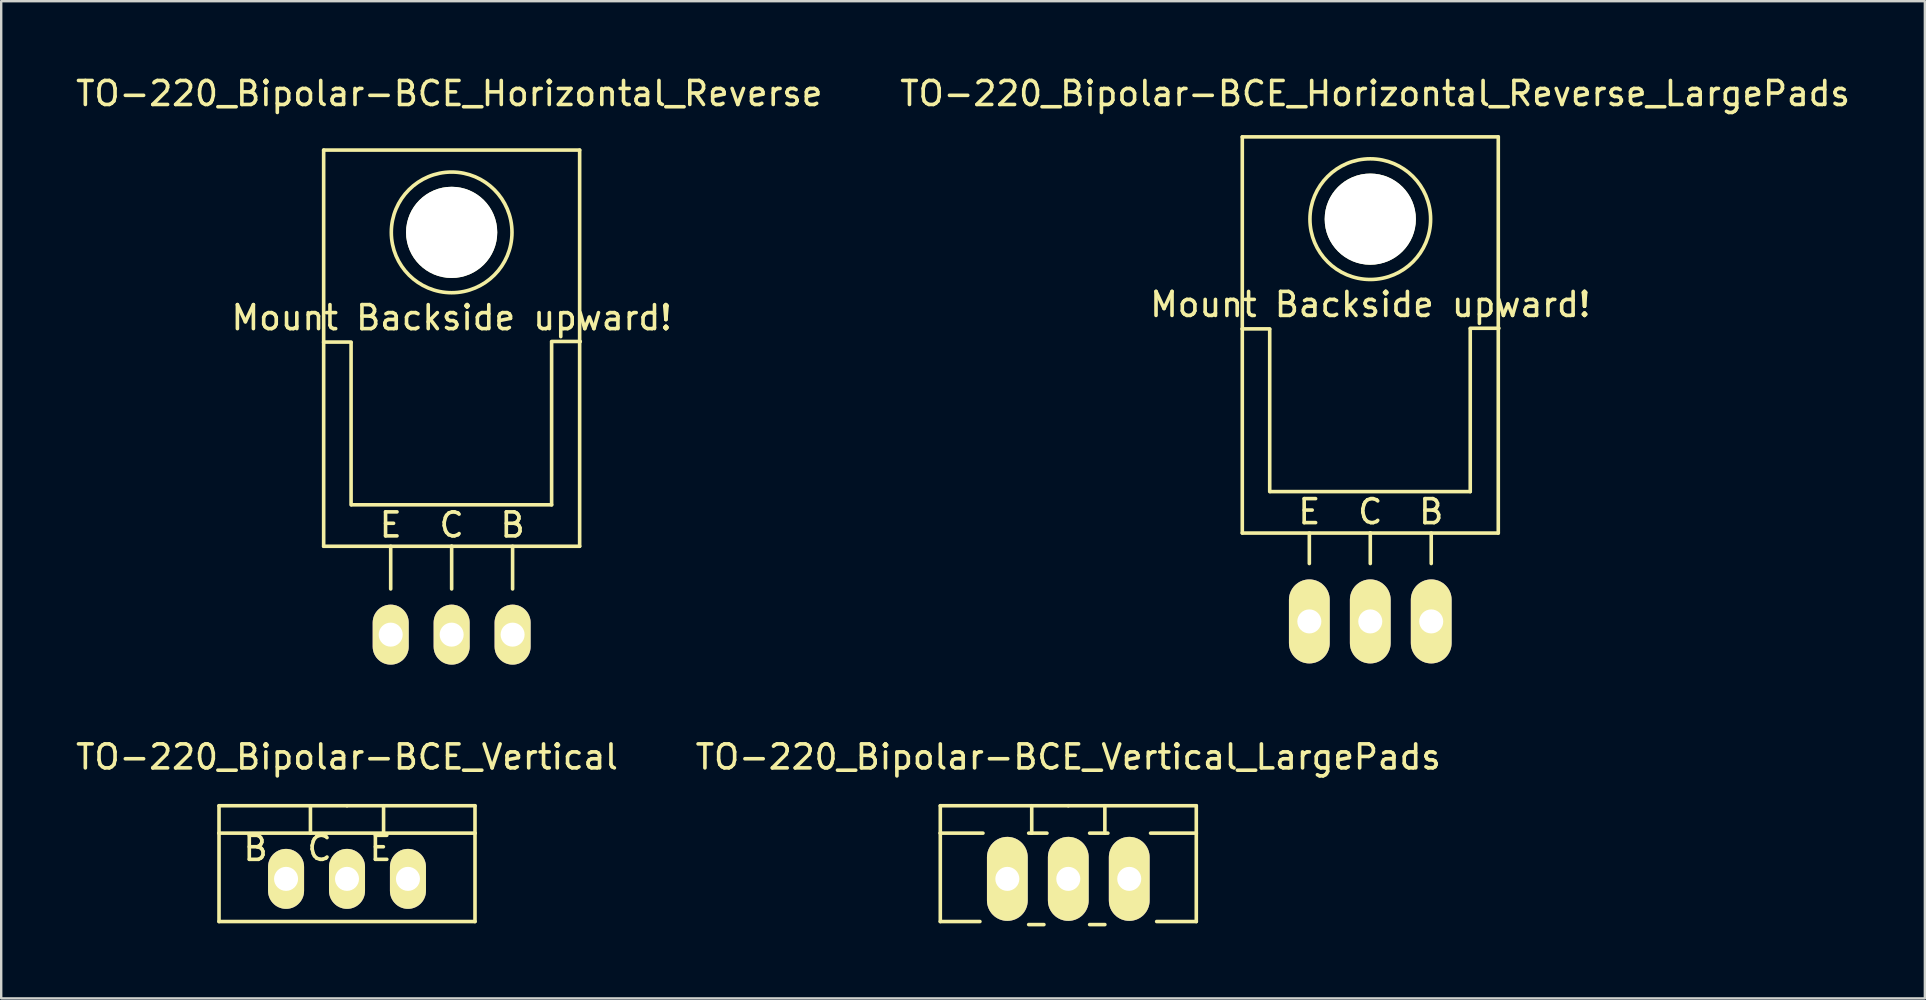
<source format=kicad_pcb>
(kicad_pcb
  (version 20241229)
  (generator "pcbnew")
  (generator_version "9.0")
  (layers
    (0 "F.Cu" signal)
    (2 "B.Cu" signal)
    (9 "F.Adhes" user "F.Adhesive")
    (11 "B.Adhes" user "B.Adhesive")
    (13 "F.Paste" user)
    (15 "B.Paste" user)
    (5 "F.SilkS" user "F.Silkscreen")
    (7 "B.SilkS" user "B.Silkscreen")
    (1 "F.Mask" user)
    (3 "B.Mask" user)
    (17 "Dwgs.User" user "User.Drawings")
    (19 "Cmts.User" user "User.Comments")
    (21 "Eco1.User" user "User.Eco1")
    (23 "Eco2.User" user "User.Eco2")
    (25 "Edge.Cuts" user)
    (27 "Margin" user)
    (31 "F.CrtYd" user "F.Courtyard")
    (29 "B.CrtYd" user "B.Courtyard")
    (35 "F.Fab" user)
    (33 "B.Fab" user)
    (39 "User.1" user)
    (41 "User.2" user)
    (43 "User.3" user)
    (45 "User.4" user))
  (footprint "TO-220_Bipolar-BCE_Horizontal_Reverse"
    (layer "F.Cu")
    (at 15.772 23.398)
    (property "Reference" "TO-220_Bipolar-BCE_Horizontal_Reverse" (at -0.099 -22.55 0) (layer "F.SilkS") (effects (font (size 1 1) (thickness 0.15))))
    (attr through_hole)
    (fp_line (start -5.334 -20.193) (end -5.334 -12.192) (stroke (width 0.15) (type solid)) (layer "F.SilkS"))
    (fp_line (start -5.334 -12.192) (end -5.334 -3.683) (stroke (width 0.15) (type solid)) (layer "F.SilkS"))
    (fp_line (start -4.191 -12.192) (end -5.334 -12.192) (stroke (width 0.15) (type solid)) (layer "F.SilkS"))
    (fp_line (start -4.191 -5.41) (end -4.191 -12.167) (stroke (width 0.15) (type solid)) (layer "F.SilkS"))
    (fp_line (start -2.54 -3.683) (end -2.54 -1.905) (stroke (width 0.15) (type solid)) (layer "F.SilkS"))
    (fp_line (start 0 -3.683) (end -5.334 -3.683) (stroke (width 0.15) (type solid)) (layer "F.SilkS"))
    (fp_line (start 0 -3.683) (end 0 -1.905) (stroke (width 0.15) (type solid)) (layer "F.SilkS"))
    (fp_line (start 0 -3.683) (end 5.334 -3.683) (stroke (width 0.15) (type solid)) (layer "F.SilkS"))
    (fp_line (start 2.54 -3.683) (end 2.54 -1.905) (stroke (width 0.15) (type solid)) (layer "F.SilkS"))
    (fp_line (start 4.166 -12.217) (end 5.359 -12.217) (stroke (width 0.15) (type solid)) (layer "F.SilkS"))
    (fp_line (start 4.166 -12.192) (end 4.166 -5.41) (stroke (width 0.15) (type solid)) (layer "F.SilkS"))
    (fp_line (start 4.166 -5.41) (end -4.166 -5.41) (stroke (width 0.15) (type solid)) (layer "F.SilkS"))
    (fp_line (start 5.334 -20.193) (end -5.334 -20.193) (stroke (width 0.15) (type solid)) (layer "F.SilkS"))
    (fp_line (start 5.334 -12.192) (end 5.334 -20.193) (stroke (width 0.15) (type solid)) (layer "F.SilkS"))
    (fp_line (start 5.334 -3.683) (end 5.334 -12.192) (stroke (width 0.15) (type solid)) (layer "F.SilkS"))
    (fp_circle (center 0 -16.764) (end 1.778 -14.986) (stroke (width 0.15) (type solid)) (fill no) (layer "F.SilkS"))
    (fp_text user "B" (at 2.54 -4.572 0) (layer "F.SilkS") (effects (font (size 1 1) (thickness 0.15))))
    (fp_text user "E" (at -2.54 -4.572 0) (layer "F.SilkS") (effects (font (size 1 1) (thickness 0.15))))
    (fp_text user "Mount Backside upward!" (at 0 -13.208 0) (layer "F.SilkS") (effects (font (size 1 1) (thickness 0.15))))
    (fp_text user "C" (at 0 -4.572 0) (layer "F.SilkS") (effects (font (size 1 1) (thickness 0.15))))
    (pad "" np_thru_hole circle (at 0 -16.764 90) (size 3.8 3.8) (drill 3.8) (layers "*.Cu" "*.Mask" "F.SilkS"))
    (pad "B" thru_hole oval (at 2.54 0 90) (size 2.499 1.501) (drill 1.001) (layers "*.Cu" "*.Mask" "F.SilkS"))
    (pad "C" thru_hole oval (at 0 0 90) (size 2.499 1.501) (drill 1.001) (layers "*.Cu" "*.Mask" "F.SilkS"))
    (pad "E" thru_hole oval (at -2.54 0 90) (size 2.499 1.501) (drill 1.001) (layers "*.Cu" "*.Mask" "F.SilkS")))
  (footprint "TO-220_Bipolar-BCE_Vertical_LargePads"
    (layer "F.Cu")
    (at 41.47 33.576)
    (property "Reference" "TO-220_Bipolar-BCE_Vertical_LargePads" (at 0 -5.08 0) (layer "F.SilkS") (effects (font (size 1 1) (thickness 0.15))))
    (attr through_hole)
    (fp_line (start -5.334 -1.905) (end -5.334 -3.048) (stroke (width 0.15) (type solid)) (layer "F.SilkS"))
    (fp_line (start -5.334 -1.905) (end -3.556 -1.905) (stroke (width 0.15) (type solid)) (layer "F.SilkS"))
    (fp_line (start -5.334 1.778) (end -5.334 -1.905) (stroke (width 0.15) (type solid)) (layer "F.SilkS"))
    (fp_line (start -5.334 1.778) (end -3.683 1.778) (stroke (width 0.15) (type solid)) (layer "F.SilkS"))
    (fp_line (start -1.524 -3.048) (end -1.524 -1.905) (stroke (width 0.15) (type solid)) (layer "F.SilkS"))
    (fp_line (start -1.524 -1.905) (end -1.651 -1.905) (stroke (width 0.15) (type solid)) (layer "F.SilkS"))
    (fp_line (start -1.524 -1.905) (end -0.889 -1.905) (stroke (width 0.15) (type solid)) (layer "F.SilkS"))
    (fp_line (start -1.016 1.905) (end -1.651 1.905) (stroke (width 0.15) (type solid)) (layer "F.SilkS"))
    (fp_line (start 0 -3.048) (end -5.334 -3.048) (stroke (width 0.15) (type solid)) (layer "F.SilkS"))
    (fp_line (start 0 -3.048) (end 5.334 -3.048) (stroke (width 0.15) (type solid)) (layer "F.SilkS"))
    (fp_line (start 0.889 -1.905) (end 1.651 -1.905) (stroke (width 0.15) (type solid)) (layer "F.SilkS"))
    (fp_line (start 1.524 -3.048) (end 1.524 -1.905) (stroke (width 0.15) (type solid)) (layer "F.SilkS"))
    (fp_line (start 1.524 1.905) (end 0.889 1.905) (stroke (width 0.15) (type solid)) (layer "F.SilkS"))
    (fp_line (start 5.334 -3.048) (end 5.334 -1.905) (stroke (width 0.15) (type solid)) (layer "F.SilkS"))
    (fp_line (start 5.334 -1.905) (end 3.429 -1.905) (stroke (width 0.15) (type solid)) (layer "F.SilkS"))
    (fp_line (start 5.334 -1.905) (end 5.334 1.778) (stroke (width 0.15) (type solid)) (layer "F.SilkS"))
    (fp_line (start 5.334 1.778) (end 3.683 1.778) (stroke (width 0.15) (type solid)) (layer "F.SilkS"))
    (pad "B" thru_hole oval (at -2.54 0 90) (size 3.5 1.699) (drill 1.001) (layers "*.Cu" "*.Mask" "F.SilkS"))
    (pad "C" thru_hole oval (at 0 0 90) (size 3.5 1.699) (drill 1.001) (layers "*.Cu" "*.Mask" "F.SilkS"))
    (pad "E" thru_hole oval (at 2.54 0 90) (size 3.5 1.699) (drill 1.001) (layers "*.Cu" "*.Mask" "F.SilkS")))
  (footprint "TO-220_Bipolar-BCE_Vertical"
    (layer "F.Cu")
    (at 11.411 33.576)
    (property "Reference" "TO-220_Bipolar-BCE_Vertical" (at 0 -5.08 0) (layer "F.SilkS") (effects (font (size 1 1) (thickness 0.15))))
    (attr through_hole)
    (fp_line (start -5.334 -1.905) (end -5.334 -3.048) (stroke (width 0.15) (type solid)) (layer "F.SilkS"))
    (fp_line (start -5.334 1.778) (end -5.334 -1.905) (stroke (width 0.15) (type solid)) (layer "F.SilkS"))
    (fp_line (start -1.524 -3.048) (end -1.524 -1.905) (stroke (width 0.15) (type solid)) (layer "F.SilkS"))
    (fp_line (start 0 -3.048) (end -5.334 -3.048) (stroke (width 0.15) (type solid)) (layer "F.SilkS"))
    (fp_line (start 0 -3.048) (end 5.334 -3.048) (stroke (width 0.15) (type solid)) (layer "F.SilkS"))
    (fp_line (start 1.524 -3.048) (end 1.524 -1.905) (stroke (width 0.15) (type solid)) (layer "F.SilkS"))
    (fp_line (start 5.334 -3.048) (end 5.334 -1.905) (stroke (width 0.15) (type solid)) (layer "F.SilkS"))
    (fp_line (start 5.334 -1.905) (end -5.334 -1.905) (stroke (width 0.15) (type solid)) (layer "F.SilkS"))
    (fp_line (start 5.334 -1.905) (end 5.334 1.778) (stroke (width 0.15) (type solid)) (layer "F.SilkS"))
    (fp_line (start 5.334 1.778) (end -5.334 1.778) (stroke (width 0.15) (type solid)) (layer "F.SilkS"))
    (fp_text user "C" (at -1.143 -1.27 0) (layer "F.SilkS") (effects (font (size 1 1) (thickness 0.15))))
    (fp_text user "E" (at 1.397 -1.27 0) (layer "F.SilkS") (effects (font (size 1 1) (thickness 0.15))))
    (fp_text user "B" (at -3.81 -1.27 0) (layer "F.SilkS") (effects (font (size 1 1) (thickness 0.15))))
    (pad "B" thru_hole oval (at -2.54 0 90) (size 2.499 1.501) (drill 1.001) (layers "*.Cu" "*.Mask" "F.SilkS"))
    (pad "C" thru_hole oval (at 0 0 90) (size 2.499 1.501) (drill 1.001) (layers "*.Cu" "*.Mask" "F.SilkS"))
    (pad "E" thru_hole oval (at 2.54 0 90) (size 2.499 1.501) (drill 1.001) (layers "*.Cu" "*.Mask" "F.SilkS")))
  (footprint "TO-220_Bipolar-BCE_Horizontal_Reverse_LargePads"
    (layer "F.Cu")
    (at 54.055 22.847)
    (property "Reference" "TO-220_Bipolar-BCE_Horizontal_Reverse_LargePads" (at 0.201 -21.999 0) (layer "F.SilkS") (effects (font (size 1 1) (thickness 0.15))))
    (attr through_hole)
    (fp_line (start -5.334 -20.193) (end -5.334 -12.192) (stroke (width 0.15) (type solid)) (layer "F.SilkS"))
    (fp_line (start -5.334 -12.192) (end -5.334 -3.683) (stroke (width 0.15) (type solid)) (layer "F.SilkS"))
    (fp_line (start -4.191 -12.192) (end -5.334 -12.192) (stroke (width 0.15) (type solid)) (layer "F.SilkS"))
    (fp_line (start -4.191 -5.41) (end -4.191 -12.167) (stroke (width 0.15) (type solid)) (layer "F.SilkS"))
    (fp_line (start -2.54 -3.683) (end -2.54 -2.413) (stroke (width 0.15) (type solid)) (layer "F.SilkS"))
    (fp_line (start 0 -3.683) (end -5.334 -3.683) (stroke (width 0.15) (type solid)) (layer "F.SilkS"))
    (fp_line (start 0 -3.683) (end 0 -2.413) (stroke (width 0.15) (type solid)) (layer "F.SilkS"))
    (fp_line (start 0 -3.683) (end 5.334 -3.683) (stroke (width 0.15) (type solid)) (layer "F.SilkS"))
    (fp_line (start 2.54 -3.683) (end 2.54 -2.413) (stroke (width 0.15) (type solid)) (layer "F.SilkS"))
    (fp_line (start 4.166 -12.217) (end 5.359 -12.217) (stroke (width 0.15) (type solid)) (layer "F.SilkS"))
    (fp_line (start 4.166 -12.192) (end 4.166 -5.41) (stroke (width 0.15) (type solid)) (layer "F.SilkS"))
    (fp_line (start 4.166 -5.41) (end -4.166 -5.41) (stroke (width 0.15) (type solid)) (layer "F.SilkS"))
    (fp_line (start 5.334 -20.193) (end -5.334 -20.193) (stroke (width 0.15) (type solid)) (layer "F.SilkS"))
    (fp_line (start 5.334 -12.192) (end 5.334 -20.193) (stroke (width 0.15) (type solid)) (layer "F.SilkS"))
    (fp_line (start 5.334 -3.683) (end 5.334 -12.192) (stroke (width 0.15) (type solid)) (layer "F.SilkS"))
    (fp_circle (center 0 -16.764) (end 1.778 -14.986) (stroke (width 0.15) (type solid)) (fill no) (layer "F.SilkS"))
    (fp_text user "C" (at 0 -4.572 0) (layer "F.SilkS") (effects (font (size 1 1) (thickness 0.15))))
    (fp_text user "E" (at -2.54 -4.572 0) (layer "F.SilkS") (effects (font (size 1 1) (thickness 0.15))))
    (fp_text user "Mount Backside upward!" (at 0 -13.208 0) (layer "F.SilkS") (effects (font (size 1 1) (thickness 0.15))))
    (fp_text user "B" (at 2.54 -4.572 0) (layer "F.SilkS") (effects (font (size 1 1) (thickness 0.15))))
    (pad "" np_thru_hole circle (at 0 -16.764 90) (size 3.8 3.8) (drill 3.8) (layers "*.Cu" "*.Mask" "F.SilkS"))
    (pad "B" thru_hole oval (at 2.54 0 90) (size 3.5 1.699) (drill 1.001) (layers "*.Cu" "*.Mask" "F.SilkS"))
    (pad "C" thru_hole oval (at 0 0 90) (size 3.5 1.699) (drill 1.001) (layers "*.Cu" "*.Mask" "F.SilkS"))
    (pad "E" thru_hole oval (at -2.54 0 90) (size 3.5 1.699) (drill 1.001) (layers "*.Cu" "*.Mask" "F.SilkS")))
  (gr_rect
    (start -3 -3)
    (end 77.167 38.556)
    (stroke (width 0.1) (type default))
    (fill no)
    (layer "Edge.Cuts")))
</source>
